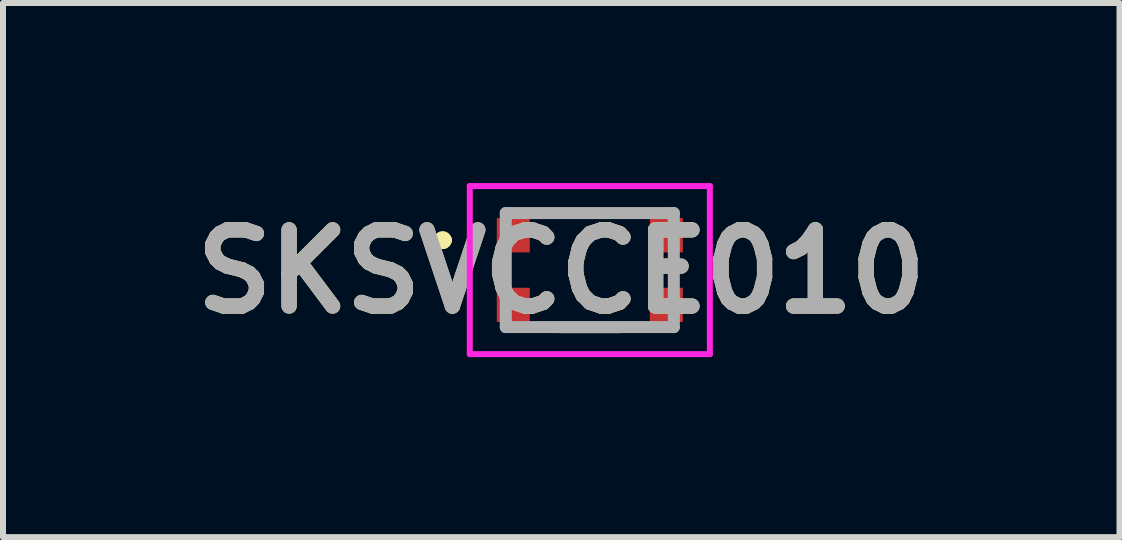
<source format=kicad_pcb>
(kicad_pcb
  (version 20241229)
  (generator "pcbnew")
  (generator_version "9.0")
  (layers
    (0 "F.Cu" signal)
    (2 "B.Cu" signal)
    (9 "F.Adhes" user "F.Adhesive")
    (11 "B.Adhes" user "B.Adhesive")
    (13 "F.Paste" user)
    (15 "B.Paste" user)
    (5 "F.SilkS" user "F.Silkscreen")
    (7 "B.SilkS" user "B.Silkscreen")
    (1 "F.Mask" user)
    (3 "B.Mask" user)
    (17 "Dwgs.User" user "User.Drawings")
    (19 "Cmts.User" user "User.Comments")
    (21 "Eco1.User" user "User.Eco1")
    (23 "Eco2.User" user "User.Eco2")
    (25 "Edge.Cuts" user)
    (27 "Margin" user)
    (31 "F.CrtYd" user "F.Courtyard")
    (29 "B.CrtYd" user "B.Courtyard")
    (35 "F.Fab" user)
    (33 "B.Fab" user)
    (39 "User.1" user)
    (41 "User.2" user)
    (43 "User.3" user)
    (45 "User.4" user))
  (footprint "SKSVCCE010"
    (layer "F.Cu")
    (at 6.777 1.45)
    (property "Reference" "SKSVCCE010" (at -0.475 0.025 0) (layer "F.SilkS") (effects (font (size 1.27 1.27) (thickness 0.254))))
    (attr smd)
    (fp_line (start -2.5 -0.5) (end -2.5 -0.5) (stroke (width 0.2) (type solid)) (layer "F.SilkS"))
    (fp_line (start -2.5 -0.5) (end -2.5 -0.5) (stroke (width 0.2) (type solid)) (layer "F.SilkS"))
    (fp_line (start -2.4 -0.5) (end -2.4 -0.5) (stroke (width 0.2) (type solid)) (layer "F.SilkS"))
    (fp_line (start -0.5 -0.95) (end -0.5 -0.95) (stroke (width 0.1) (type solid)) (layer "F.SilkS"))
    (fp_line (start -0.5 -0.95) (end 0.5 -0.95) (stroke (width 0.1) (type solid)) (layer "F.SilkS"))
    (fp_line (start -0.5 1) (end -0.5 1) (stroke (width 0.1) (type solid)) (layer "F.SilkS"))
    (fp_line (start -0.5 1) (end 0.5 1) (stroke (width 0.1) (type solid)) (layer "F.SilkS"))
    (fp_line (start 0.5 -0.95) (end -0.5 -0.95) (stroke (width 0.1) (type solid)) (layer "F.SilkS"))
    (fp_line (start 0.5 -0.95) (end 0.5 -0.95) (stroke (width 0.1) (type solid)) (layer "F.SilkS"))
    (fp_line (start 0.5 1) (end -0.5 1) (stroke (width 0.1) (type solid)) (layer "F.SilkS"))
    (fp_line (start 0.5 1) (end 0.5 1) (stroke (width 0.1) (type solid)) (layer "F.SilkS"))
    (fp_arc (start -2.5 -0.5) (mid -2.45 -0.55) (end -2.4 -0.5) (stroke (width 0.2) (type solid)) (layer "F.SilkS"))
    (fp_arc (start -2.4 -0.5) (mid -2.45 -0.45) (end -2.5 -0.5) (stroke (width 0.2) (type solid)) (layer "F.SilkS"))
    (fp_arc (start -2.4 -0.5) (mid -2.45 -0.45) (end -2.5 -0.5) (stroke (width 0.2) (type solid)) (layer "F.SilkS"))
    (fp_line (start -2 -1.4) (end 2 -1.4) (stroke (width 0.1) (type solid)) (layer "F.CrtYd"))
    (fp_line (start -2 1.4) (end -2 -1.4) (stroke (width 0.1) (type solid)) (layer "F.CrtYd"))
    (fp_line (start 2 -1.4) (end 2 1.4) (stroke (width 0.1) (type solid)) (layer "F.CrtYd"))
    (fp_line (start 2 1.4) (end -2 1.4) (stroke (width 0.1) (type solid)) (layer "F.CrtYd"))
    (fp_line (start -1.4 -0.95) (end 1.4 -0.95) (stroke (width 0.2) (type solid)) (layer "F.Fab"))
    (fp_line (start -1.4 0.95) (end -1.4 -0.95) (stroke (width 0.2) (type solid)) (layer "F.Fab"))
    (fp_line (start 1.4 -0.95) (end 1.4 0.95) (stroke (width 0.2) (type solid)) (layer "F.Fab"))
    (fp_line (start 1.4 0.95) (end -1.4 0.95) (stroke (width 0.2) (type solid)) (layer "F.Fab"))
    (fp_text user "${REFERENCE}" (at -0.475 0.025 0) (layer "F.Fab") (effects (font (size 1.27 1.27) (thickness 0.254))))
    (pad "1" smd rect (at -1.275 -0.58) (size 0.55 0.57) (layers "F.Cu" "F.Mask" "F.Paste"))
    (pad "2" smd rect (at -1.275 0.58) (size 0.55 0.57) (layers "F.Cu" "F.Mask" "F.Paste"))
    (pad "3" smd rect (at 1.275 -0.58) (size 0.55 0.57) (layers "F.Cu" "F.Mask" "F.Paste"))
    (pad "4" smd rect (at 1.275 0.58) (size 0.55 0.57) (layers "F.Cu" "F.Mask" "F.Paste")))
  (gr_rect
    (start -3 -3)
    (end 15.603 5.9)
    (stroke (width 0.1) (type default))
    (fill no)
    (layer "Edge.Cuts")))
</source>
